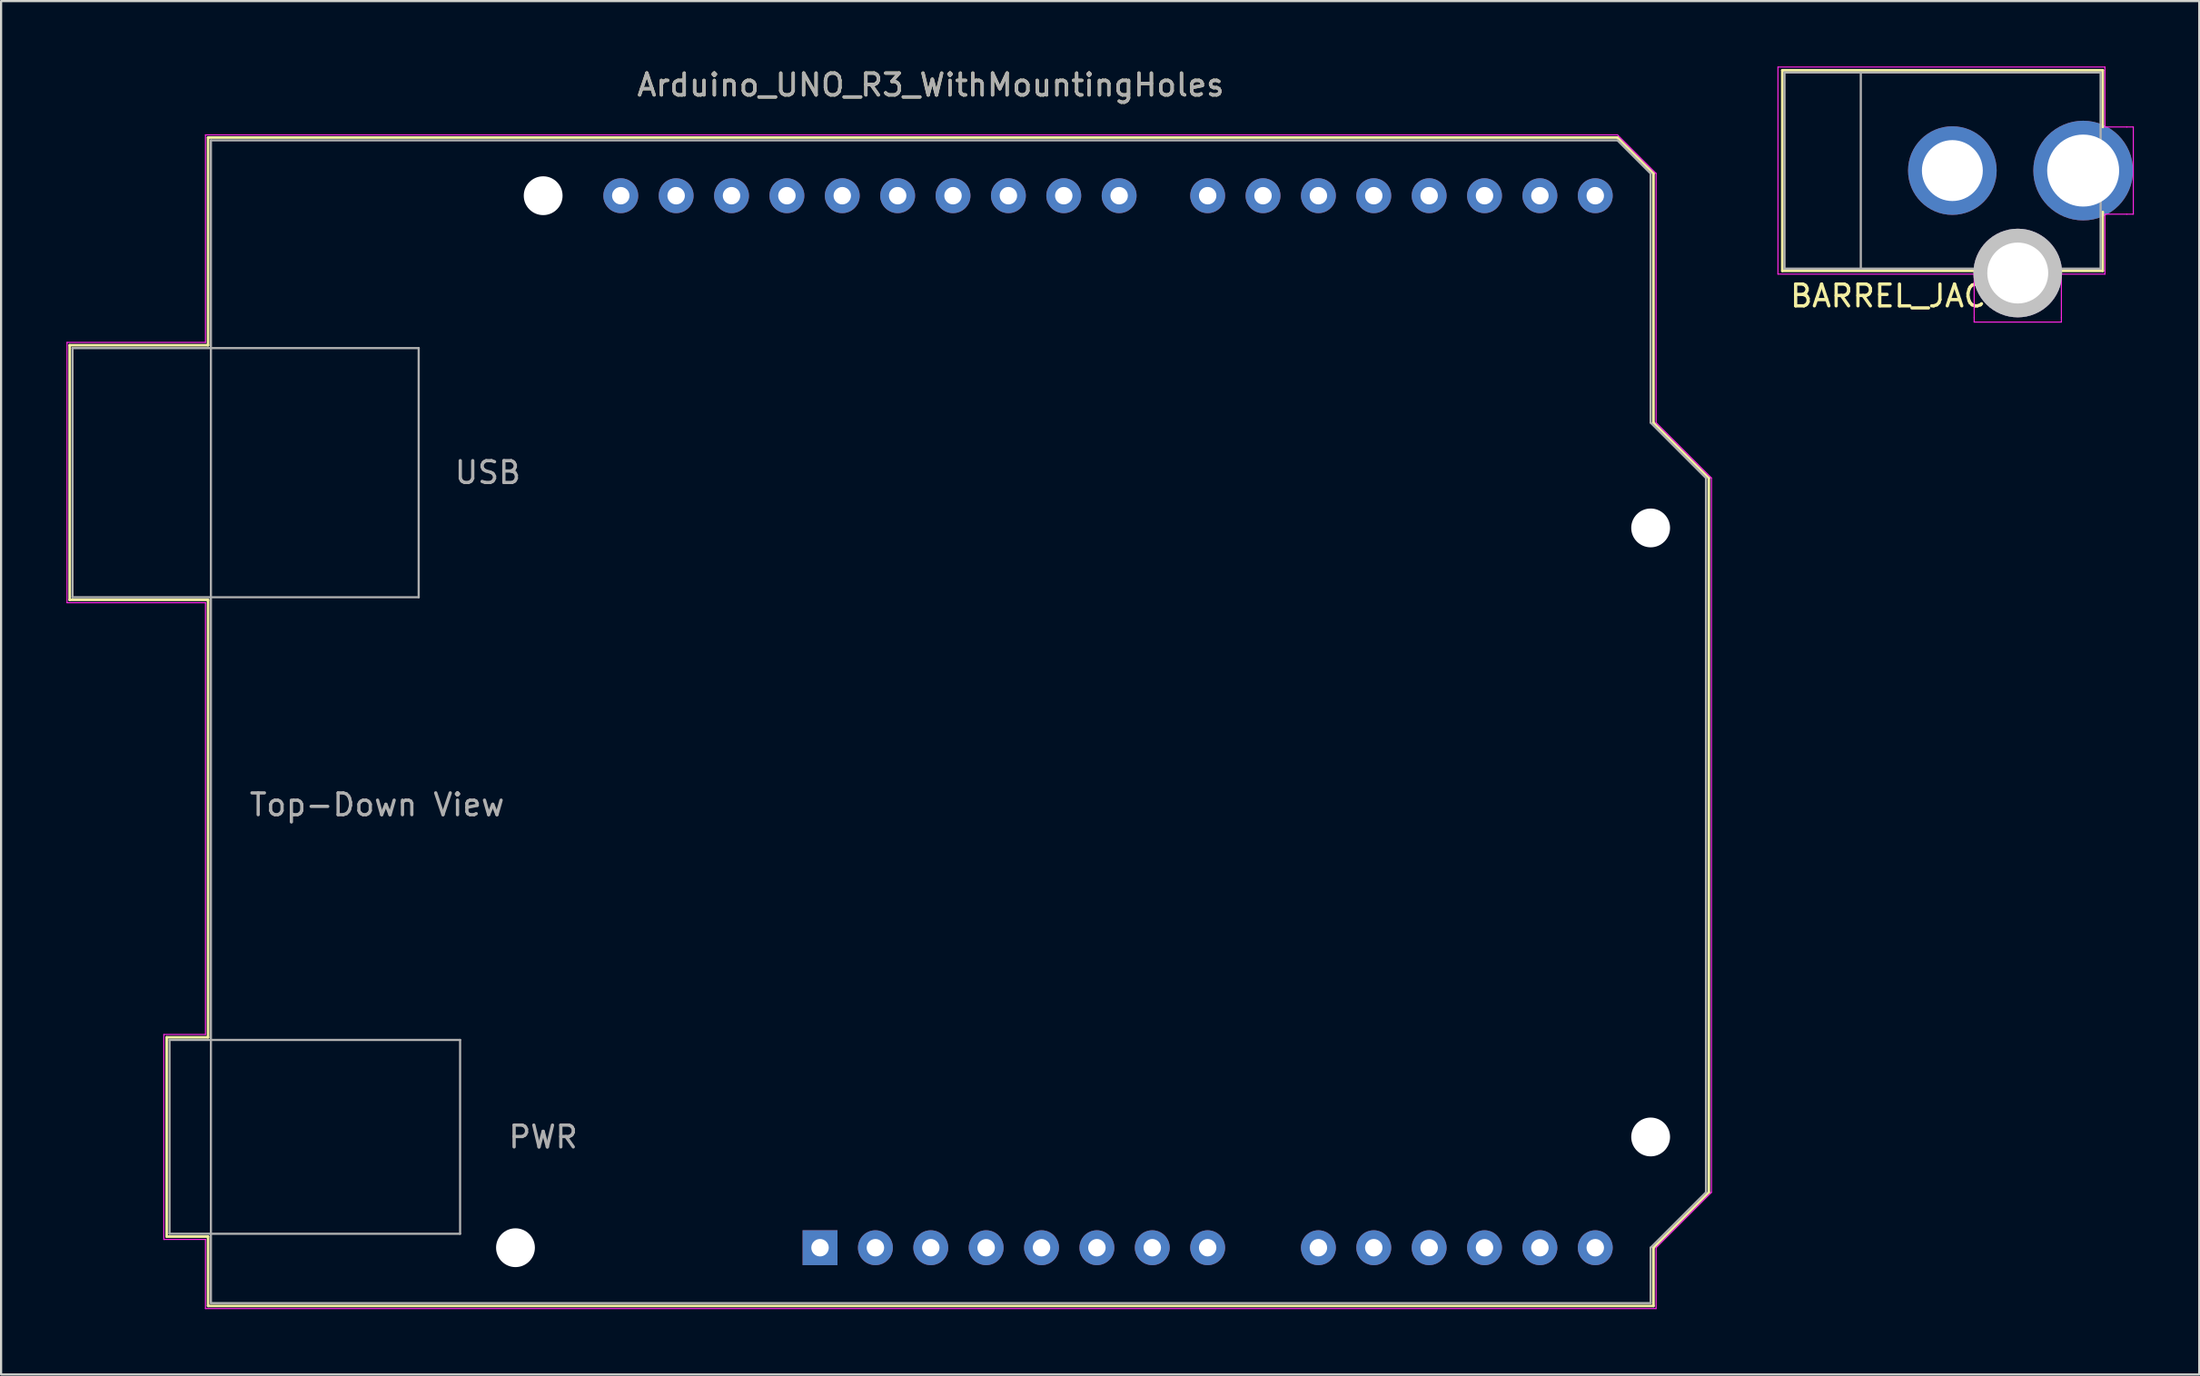
<source format=kicad_pcb>
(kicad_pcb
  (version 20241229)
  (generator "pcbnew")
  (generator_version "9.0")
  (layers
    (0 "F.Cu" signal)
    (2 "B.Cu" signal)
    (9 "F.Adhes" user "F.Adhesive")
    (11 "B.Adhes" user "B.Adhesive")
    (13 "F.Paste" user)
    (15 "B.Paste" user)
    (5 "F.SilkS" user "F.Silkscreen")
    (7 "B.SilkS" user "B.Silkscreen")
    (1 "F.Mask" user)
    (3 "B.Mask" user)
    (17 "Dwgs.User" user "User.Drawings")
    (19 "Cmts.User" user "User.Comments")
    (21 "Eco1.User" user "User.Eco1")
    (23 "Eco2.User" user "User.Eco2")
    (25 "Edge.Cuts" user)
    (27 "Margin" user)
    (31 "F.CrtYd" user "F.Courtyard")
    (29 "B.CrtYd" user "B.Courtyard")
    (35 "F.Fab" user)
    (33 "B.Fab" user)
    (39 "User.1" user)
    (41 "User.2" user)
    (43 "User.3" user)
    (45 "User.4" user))
  (footprint "BARREL_JACK"
    (layer "F.Cu")
    (at 92.505 4.775)
    (property "Reference" "BARREL_JACK" (at -8.45 5.75 180) (layer "F.SilkS") (effects (font (size 1 1) (thickness 0.15))))
    (attr through_hole)
    (fp_line (start -13.8 -4.6) (end 0.9 -4.6) (stroke (width 0.12) (type solid)) (layer "F.SilkS"))
    (fp_line (start -13.8 4.6) (end -13.8 -4.6) (stroke (width 0.12) (type solid)) (layer "F.SilkS"))
    (fp_line (start -5 4.6) (end -13.8 4.6) (stroke (width 0.12) (type solid)) (layer "F.SilkS"))
    (fp_line (start 0.9 -4.6) (end 0.9 -2) (stroke (width 0.12) (type solid)) (layer "F.SilkS"))
    (fp_line (start 0.9 1.9) (end 0.9 4.6) (stroke (width 0.12) (type solid)) (layer "F.SilkS"))
    (fp_line (start 0.9 4.6) (end -1 4.6) (stroke (width 0.12) (type solid)) (layer "F.SilkS"))
    (fp_line (start -14 4.75) (end -14 -4.75) (stroke (width 0.05) (type solid)) (layer "F.CrtYd"))
    (fp_line (start -5 4.75) (end -14 4.75) (stroke (width 0.05) (type solid)) (layer "F.CrtYd"))
    (fp_line (start -5 6.75) (end -5 4.75) (stroke (width 0.05) (type solid)) (layer "F.CrtYd"))
    (fp_line (start -5 6.95) (end -5 6.75) (stroke (width 0.05) (type solid)) (layer "F.CrtYd"))
    (fp_line (start -1 4.75) (end -1 6.75) (stroke (width 0.05) (type solid)) (layer "F.CrtYd"))
    (fp_line (start -1 6.95) (end -5 6.95) (stroke (width 0.05) (type solid)) (layer "F.CrtYd"))
    (fp_line (start -1 6.95) (end -1 6.75) (stroke (width 0.05) (type solid)) (layer "F.CrtYd"))
    (fp_line (start 1 -4.75) (end -14 -4.75) (stroke (width 0.05) (type solid)) (layer "F.CrtYd"))
    (fp_line (start 1 -4.5) (end 1 -4.75) (stroke (width 0.05) (type solid)) (layer "F.CrtYd"))
    (fp_line (start 1 -4.5) (end 1 -2) (stroke (width 0.05) (type solid)) (layer "F.CrtYd"))
    (fp_line (start 1 -2) (end 2 -2) (stroke (width 0.05) (type solid)) (layer "F.CrtYd"))
    (fp_line (start 1 2) (end 1 4.75) (stroke (width 0.05) (type solid)) (layer "F.CrtYd"))
    (fp_line (start 1 4.75) (end -1 4.75) (stroke (width 0.05) (type solid)) (layer "F.CrtYd"))
    (fp_line (start 2 2) (end 1 2) (stroke (width 0.05) (type solid)) (layer "F.CrtYd"))
    (fp_line (start 2.3 -2) (end 2 -2) (stroke (width 0.05) (type solid)) (layer "F.CrtYd"))
    (fp_line (start 2.3 -2) (end 2.3 2) (stroke (width 0.05) (type solid)) (layer "F.CrtYd"))
    (fp_line (start 2.3 2) (end 2 2) (stroke (width 0.05) (type solid)) (layer "F.CrtYd"))
    (fp_line (start -13.7 -4.5) (end -13.7 4.5) (stroke (width 0.1) (type solid)) (layer "F.Fab"))
    (fp_line (start -13.7 4.5) (end 0.8 4.5) (stroke (width 0.1) (type solid)) (layer "F.Fab"))
    (fp_line (start -10.2 -4.5) (end -10.2 4.5) (stroke (width 0.1) (type solid)) (layer "F.Fab"))
    (fp_line (start 0.8 -4.5) (end -13.7 -4.5) (stroke (width 0.1) (type solid)) (layer "F.Fab"))
    (fp_line (start 0.8 4.5) (end 0.8 -4.5) (stroke (width 0.1) (type solid)) (layer "F.Fab"))
    (pad "1" thru_hole circle (at 0 0) (size 4.572 4.572) (drill 3.302) (layers "*.Cu" "*.Mask"))
    (pad "2" thru_hole circle (at -6 0) (size 4.064 4.064) (drill 2.794) (layers "*.Cu" "*.Mask"))
    (pad "3" thru_hole circle (at -3 4.7) (size 4.064 4.064) (drill 2.794) (layers "*.Cu" "*.Mask" "Dwgs.User")))
  (footprint "Arduino_UNO_R3_WithMountingHoles"
    (layer "F.Cu")
    (at 34.565 54.188)
    (property "Reference" "Arduino_UNO_R3_WithMountingHoles" (at 5.08 -53.34 180) (layer "F.SilkS") (effects (font (size 1 1) (thickness 0.15))))
    (attr through_hole)
    (fp_line (start -34.42 -41.4) (end -28.07 -41.4) (stroke (width 0.12) (type solid)) (layer "F.SilkS"))
    (fp_line (start -34.42 -29.72) (end -34.42 -41.4) (stroke (width 0.12) (type solid)) (layer "F.SilkS"))
    (fp_line (start -29.97 -9.65) (end -28.07 -9.65) (stroke (width 0.12) (type solid)) (layer "F.SilkS"))
    (fp_line (start -29.97 -0.51) (end -29.97 -9.65) (stroke (width 0.12) (type solid)) (layer "F.SilkS"))
    (fp_line (start -28.07 -50.93) (end 36.58 -50.93) (stroke (width 0.12) (type solid)) (layer "F.SilkS"))
    (fp_line (start -28.07 -41.4) (end -28.07 -50.93) (stroke (width 0.12) (type solid)) (layer "F.SilkS"))
    (fp_line (start -28.07 -29.72) (end -34.42 -29.72) (stroke (width 0.12) (type solid)) (layer "F.SilkS"))
    (fp_line (start -28.07 -9.65) (end -28.07 -29.72) (stroke (width 0.12) (type solid)) (layer "F.SilkS"))
    (fp_line (start -28.07 -0.51) (end -29.97 -0.51) (stroke (width 0.12) (type solid)) (layer "F.SilkS"))
    (fp_line (start -28.07 2.67) (end -28.07 -0.51) (stroke (width 0.12) (type solid)) (layer "F.SilkS"))
    (fp_line (start 36.58 -50.93) (end 38.23 -49.28) (stroke (width 0.12) (type solid)) (layer "F.SilkS"))
    (fp_line (start 38.23 -49.28) (end 38.23 -37.85) (stroke (width 0.12) (type solid)) (layer "F.SilkS"))
    (fp_line (start 38.23 -37.85) (end 40.77 -35.31) (stroke (width 0.12) (type solid)) (layer "F.SilkS"))
    (fp_line (start 38.23 0) (end 38.23 2.67) (stroke (width 0.12) (type solid)) (layer "F.SilkS"))
    (fp_line (start 38.23 2.67) (end -28.07 2.67) (stroke (width 0.12) (type solid)) (layer "F.SilkS"))
    (fp_line (start 40.77 -35.31) (end 40.77 -2.54) (stroke (width 0.12) (type solid)) (layer "F.SilkS"))
    (fp_line (start 40.77 -2.54) (end 38.23 0) (stroke (width 0.12) (type solid)) (layer "F.SilkS"))
    (fp_line (start -34.54 -41.53) (end -34.54 -29.59) (stroke (width 0.05) (type solid)) (layer "F.CrtYd"))
    (fp_line (start -34.54 -29.59) (end -28.19 -29.59) (stroke (width 0.05) (type solid)) (layer "F.CrtYd"))
    (fp_line (start -30.1 -9.78) (end -30.1 -0.38) (stroke (width 0.05) (type solid)) (layer "F.CrtYd"))
    (fp_line (start -30.1 -0.38) (end -28.19 -0.38) (stroke (width 0.05) (type solid)) (layer "F.CrtYd"))
    (fp_line (start -28.19 -51.05) (end -28.19 -41.53) (stroke (width 0.05) (type solid)) (layer "F.CrtYd"))
    (fp_line (start -28.19 -41.53) (end -34.54 -41.53) (stroke (width 0.05) (type solid)) (layer "F.CrtYd"))
    (fp_line (start -28.19 -29.59) (end -28.19 -9.78) (stroke (width 0.05) (type solid)) (layer "F.CrtYd"))
    (fp_line (start -28.19 -9.78) (end -30.1 -9.78) (stroke (width 0.05) (type solid)) (layer "F.CrtYd"))
    (fp_line (start -28.19 -0.38) (end -28.19 2.79) (stroke (width 0.05) (type solid)) (layer "F.CrtYd"))
    (fp_line (start -28.19 2.79) (end 38.35 2.79) (stroke (width 0.05) (type solid)) (layer "F.CrtYd"))
    (fp_line (start 36.58 -51.05) (end -28.19 -51.05) (stroke (width 0.05) (type solid)) (layer "F.CrtYd"))
    (fp_line (start 38.35 -49.28) (end 36.58 -51.05) (stroke (width 0.05) (type solid)) (layer "F.CrtYd"))
    (fp_line (start 38.35 -37.85) (end 38.35 -49.28) (stroke (width 0.05) (type solid)) (layer "F.CrtYd"))
    (fp_line (start 38.35 0) (end 40.89 -2.54) (stroke (width 0.05) (type solid)) (layer "F.CrtYd"))
    (fp_line (start 38.35 2.79) (end 38.35 0) (stroke (width 0.05) (type solid)) (layer "F.CrtYd"))
    (fp_line (start 40.89 -35.31) (end 38.35 -37.85) (stroke (width 0.05) (type solid)) (layer "F.CrtYd"))
    (fp_line (start 40.89 -2.54) (end 40.89 -35.31) (stroke (width 0.05) (type solid)) (layer "F.CrtYd"))
    (fp_line (start -34.29 -41.27) (end -34.29 -29.84) (stroke (width 0.1) (type solid)) (layer "F.Fab"))
    (fp_line (start -34.29 -29.84) (end -18.41 -29.84) (stroke (width 0.1) (type solid)) (layer "F.Fab"))
    (fp_line (start -29.84 -9.53) (end -29.84 -0.64) (stroke (width 0.1) (type solid)) (layer "F.Fab"))
    (fp_line (start -29.84 -0.64) (end -16.51 -0.64) (stroke (width 0.1) (type solid)) (layer "F.Fab"))
    (fp_line (start -27.94 -50.8) (end -27.94 2.54) (stroke (width 0.1) (type solid)) (layer "F.Fab"))
    (fp_line (start -27.94 2.54) (end 38.1 2.54) (stroke (width 0.1) (type solid)) (layer "F.Fab"))
    (fp_line (start -18.41 -41.27) (end -34.29 -41.27) (stroke (width 0.1) (type solid)) (layer "F.Fab"))
    (fp_line (start -18.41 -29.84) (end -18.41 -41.27) (stroke (width 0.1) (type solid)) (layer "F.Fab"))
    (fp_line (start -16.51 -9.53) (end -29.84 -9.53) (stroke (width 0.1) (type solid)) (layer "F.Fab"))
    (fp_line (start -16.51 -0.64) (end -16.51 -9.53) (stroke (width 0.1) (type solid)) (layer "F.Fab"))
    (fp_line (start 36.58 -50.8) (end -27.94 -50.8) (stroke (width 0.1) (type solid)) (layer "F.Fab"))
    (fp_line (start 38.1 -49.28) (end 36.58 -50.8) (stroke (width 0.1) (type solid)) (layer "F.Fab"))
    (fp_line (start 38.1 -37.85) (end 38.1 -49.28) (stroke (width 0.1) (type solid)) (layer "F.Fab"))
    (fp_line (start 38.1 0) (end 40.64 -2.54) (stroke (width 0.1) (type solid)) (layer "F.Fab"))
    (fp_line (start 38.1 2.54) (end 38.1 0) (stroke (width 0.1) (type solid)) (layer "F.Fab"))
    (fp_line (start 40.64 -35.31) (end 38.1 -37.85) (stroke (width 0.1) (type solid)) (layer "F.Fab"))
    (fp_line (start 40.64 -2.54) (end 40.64 -35.31) (stroke (width 0.1) (type solid)) (layer "F.Fab"))
    (fp_text user "PWR" (at -12.7 -5.08 0) (layer "F.Fab") (effects (font (size 1 1) (thickness 0.15))))
    (fp_text user "USB" (at -15.24 -35.56 0) (layer "F.Fab") (effects (font (size 1 1) (thickness 0.15))))
    (fp_text user "Top-Down View" (at -20.32 -20.32 0) (layer "F.Fab") (effects (font (size 1 1) (thickness 0.15))))
    (fp_text user "${REFERENCE}" (at 5.08 -53.34 180) (layer "F.Fab") (effects (font (size 1 1) (thickness 0.15))))
    (pad "" np_thru_hole circle (at -13.97 0 90) (size 1.78 1.78) (drill 1.78) (layers "*.Cu" "*.Mask"))
    (pad "" np_thru_hole circle (at -12.7 -48.26 90) (size 1.78 1.78) (drill 1.78) (layers "*.Cu" "*.Mask"))
    (pad "" np_thru_hole circle (at 38.1 -33.02 90) (size 1.78 1.78) (drill 1.78) (layers "*.Cu" "*.Mask"))
    (pad "" np_thru_hole circle (at 38.1 -5.08 90) (size 1.78 1.78) (drill 1.78) (layers "*.Cu" "*.Mask"))
    (pad "1" thru_hole rect (at 0 0 90) (size 1.6 1.6) (drill 0.8) (layers "*.Cu" "*.Mask"))
    (pad "2" thru_hole oval (at 2.54 0 90) (size 1.6 1.6) (drill 0.8) (layers "*.Cu" "*.Mask"))
    (pad "3" thru_hole oval (at 5.08 0 90) (size 1.6 1.6) (drill 0.8) (layers "*.Cu" "*.Mask"))
    (pad "4" thru_hole oval (at 7.62 0 90) (size 1.6 1.6) (drill 0.8) (layers "*.Cu" "*.Mask"))
    (pad "5" thru_hole oval (at 10.16 0 90) (size 1.6 1.6) (drill 0.8) (layers "*.Cu" "*.Mask"))
    (pad "6" thru_hole oval (at 12.7 0 90) (size 1.6 1.6) (drill 0.8) (layers "*.Cu" "*.Mask"))
    (pad "7" thru_hole oval (at 15.24 0 90) (size 1.6 1.6) (drill 0.8) (layers "*.Cu" "*.Mask"))
    (pad "8" thru_hole oval (at 17.78 0 90) (size 1.6 1.6) (drill 0.8) (layers "*.Cu" "*.Mask"))
    (pad "9" thru_hole oval (at 22.86 0 90) (size 1.6 1.6) (drill 0.8) (layers "*.Cu" "*.Mask"))
    (pad "10" thru_hole oval (at 25.4 0 90) (size 1.6 1.6) (drill 0.8) (layers "*.Cu" "*.Mask"))
    (pad "11" thru_hole oval (at 27.94 0 90) (size 1.6 1.6) (drill 0.8) (layers "*.Cu" "*.Mask"))
    (pad "12" thru_hole oval (at 30.48 0 90) (size 1.6 1.6) (drill 0.8) (layers "*.Cu" "*.Mask"))
    (pad "13" thru_hole oval (at 33.02 0 90) (size 1.6 1.6) (drill 0.8) (layers "*.Cu" "*.Mask"))
    (pad "14" thru_hole oval (at 35.56 0 90) (size 1.6 1.6) (drill 0.8) (layers "*.Cu" "*.Mask"))
    (pad "15" thru_hole oval (at 35.56 -48.26 90) (size 1.6 1.6) (drill 0.8) (layers "*.Cu" "*.Mask"))
    (pad "16" thru_hole oval (at 33.02 -48.26 90) (size 1.6 1.6) (drill 0.8) (layers "*.Cu" "*.Mask"))
    (pad "17" thru_hole oval (at 30.48 -48.26 90) (size 1.6 1.6) (drill 0.8) (layers "*.Cu" "*.Mask"))
    (pad "18" thru_hole oval (at 27.94 -48.26 90) (size 1.6 1.6) (drill 0.8) (layers "*.Cu" "*.Mask"))
    (pad "19" thru_hole oval (at 25.4 -48.26 90) (size 1.6 1.6) (drill 0.8) (layers "*.Cu" "*.Mask"))
    (pad "20" thru_hole oval (at 22.86 -48.26 90) (size 1.6 1.6) (drill 0.8) (layers "*.Cu" "*.Mask"))
    (pad "21" thru_hole oval (at 20.32 -48.26 90) (size 1.6 1.6) (drill 0.8) (layers "*.Cu" "*.Mask"))
    (pad "22" thru_hole oval (at 17.78 -48.26 90) (size 1.6 1.6) (drill 0.8) (layers "*.Cu" "*.Mask"))
    (pad "23" thru_hole oval (at 13.72 -48.26 90) (size 1.6 1.6) (drill 0.8) (layers "*.Cu" "*.Mask"))
    (pad "24" thru_hole oval (at 11.18 -48.26 90) (size 1.6 1.6) (drill 0.8) (layers "*.Cu" "*.Mask"))
    (pad "25" thru_hole oval (at 8.64 -48.26 90) (size 1.6 1.6) (drill 0.8) (layers "*.Cu" "*.Mask"))
    (pad "26" thru_hole oval (at 6.1 -48.26 90) (size 1.6 1.6) (drill 0.8) (layers "*.Cu" "*.Mask"))
    (pad "27" thru_hole oval (at 3.56 -48.26 90) (size 1.6 1.6) (drill 0.8) (layers "*.Cu" "*.Mask"))
    (pad "28" thru_hole oval (at 1.02 -48.26 90) (size 1.6 1.6) (drill 0.8) (layers "*.Cu" "*.Mask"))
    (pad "29" thru_hole oval (at -1.52 -48.26 90) (size 1.6 1.6) (drill 0.8) (layers "*.Cu" "*.Mask"))
    (pad "30" thru_hole oval (at -4.06 -48.26 90) (size 1.6 1.6) (drill 0.8) (layers "*.Cu" "*.Mask"))
    (pad "31" thru_hole oval (at -6.6 -48.26 90) (size 1.6 1.6) (drill 0.8) (layers "*.Cu" "*.Mask"))
    (pad "32" thru_hole oval (at -9.14 -48.26 90) (size 1.6 1.6) (drill 0.8) (layers "*.Cu" "*.Mask")))
  (gr_rect
    (start -3 -3)
    (end 97.83 60.003)
    (stroke (width 0.1) (type default))
    (fill no)
    (layer "Edge.Cuts")))
</source>
